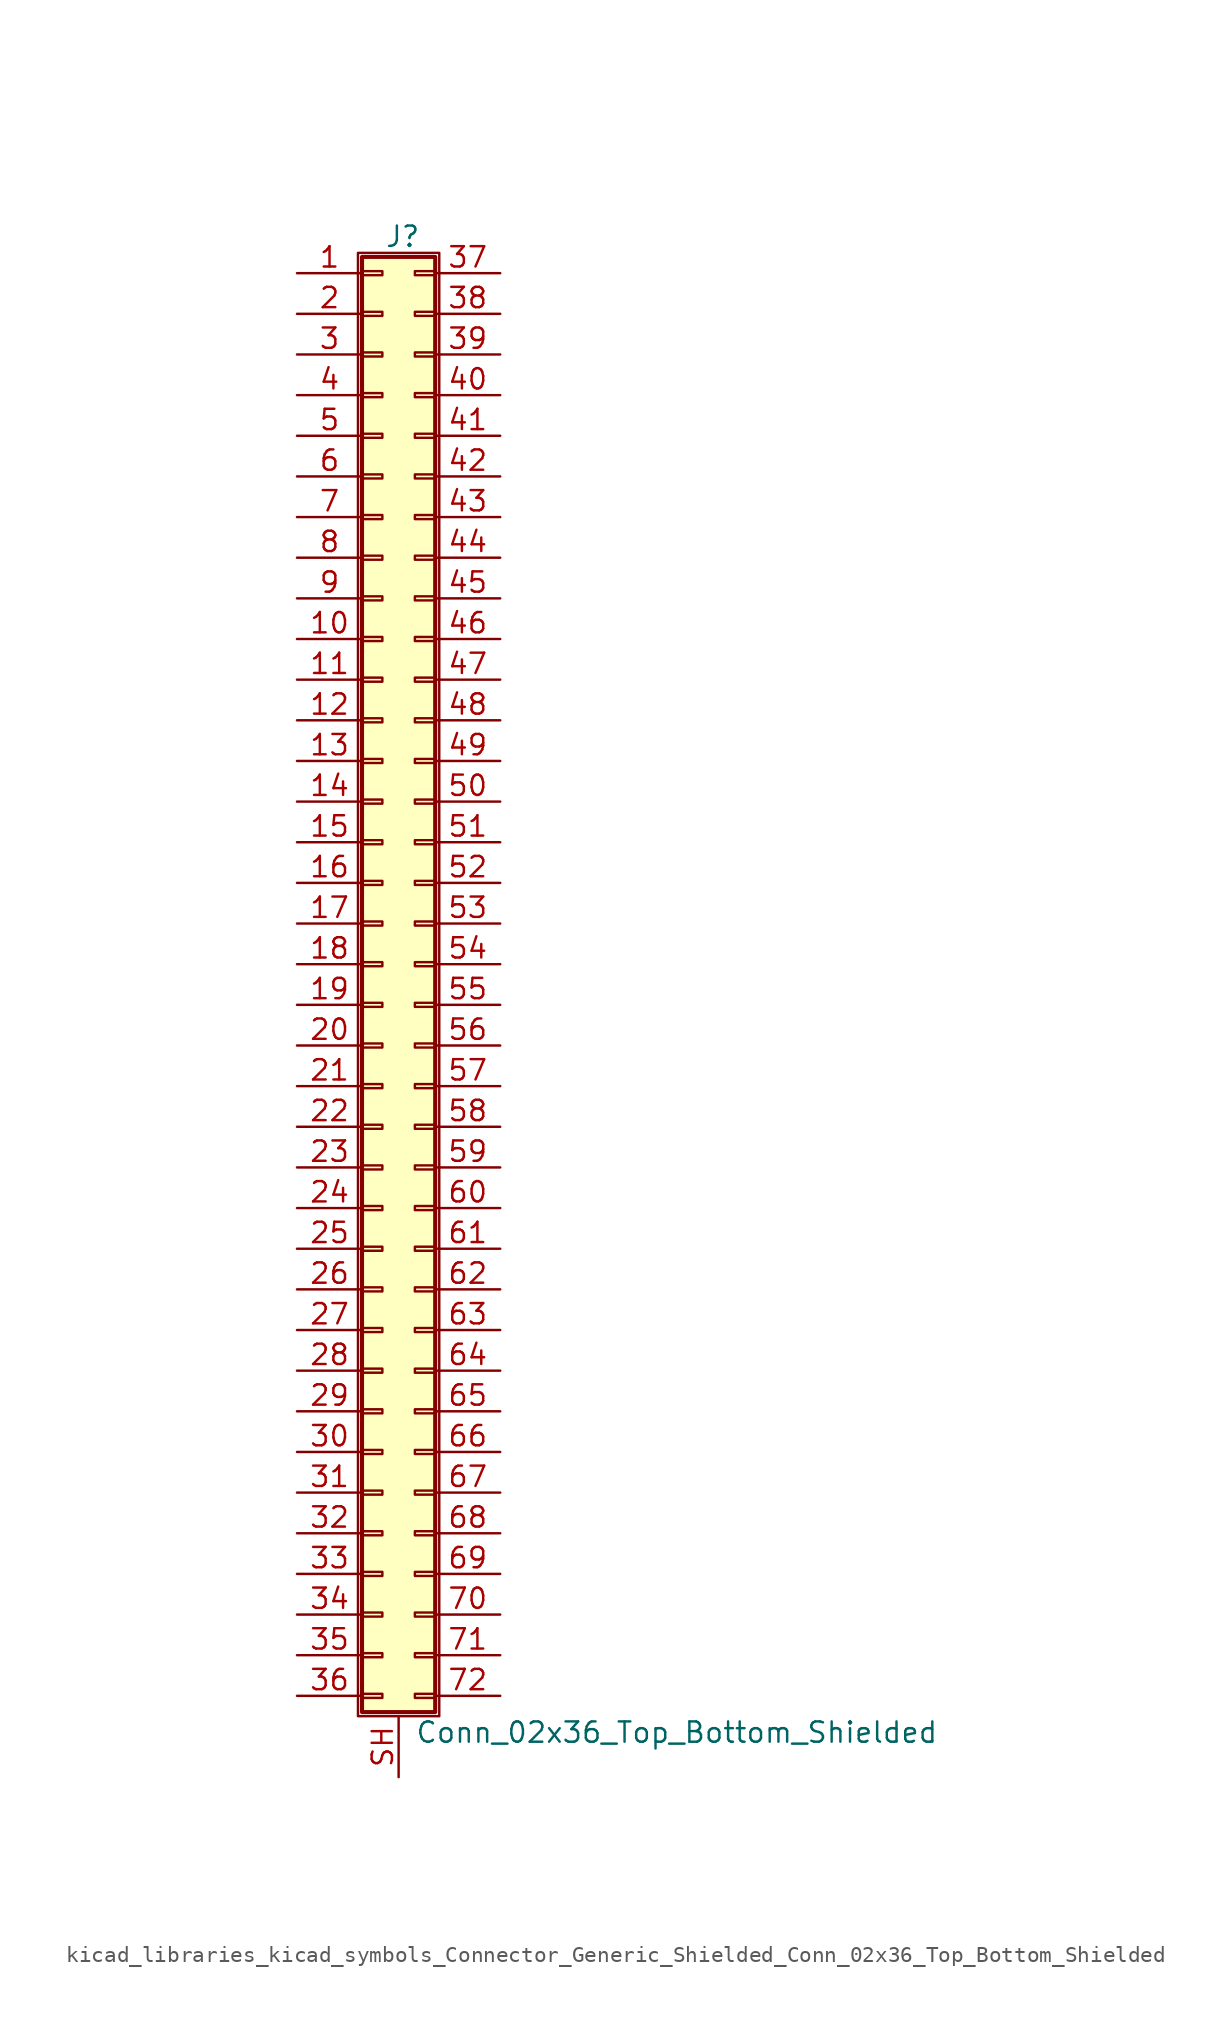
<source format=kicad_sym>
(kicad_symbol_lib
  (version 20220914)
  (generator kicad_symbol_editor)
  (symbol "kicad_libraries_kicad_symbols_Connector_Generic_Shielded_Conn_02x36_Top_Bottom_Shielded"
    (pin_names
      (offset 1.016) hide)
    (property "Reference" "J"
      (at 1.524 45.466 0)
      (effects (font (size 1.27 1.27))))
    (property "Value" "Conn_02x36_Top_Bottom_Shielded"
      (at 2.286 -48.006 0)
      (effects (font (size 1.27 1.27)) (justify left)))
    (symbol "kicad_libraries_kicad_symbols_Connector_Generic_Shielded_Conn_02x36_Top_Bottom_Shielded_1_1"
      (rectangle (start -1.27 44.45) (end 3.81 -46.99) (stroke (width 0.152) (type default)) (fill (type none)))
      (rectangle (start -1.016 -45.593) (end 0.254 -45.847) (stroke (width 0.152) (type default)) (fill (type none)))
      (rectangle (start -1.016 -43.053) (end 0.254 -43.307) (stroke (width 0.152) (type default)) (fill (type none)))
      (rectangle (start -1.016 -40.513) (end 0.254 -40.767) (stroke (width 0.152) (type default)) (fill (type none)))
      (rectangle (start -1.016 -37.973) (end 0.254 -38.227) (stroke (width 0.152) (type default)) (fill (type none)))
      (rectangle (start -1.016 -35.433) (end 0.254 -35.687) (stroke (width 0.152) (type default)) (fill (type none)))
      (rectangle (start -1.016 -32.893) (end 0.254 -33.147) (stroke (width 0.152) (type default)) (fill (type none)))
      (rectangle (start -1.016 -30.353) (end 0.254 -30.607) (stroke (width 0.152) (type default)) (fill (type none)))
      (rectangle (start -1.016 -27.813) (end 0.254 -28.067) (stroke (width 0.152) (type default)) (fill (type none)))
      (rectangle (start -1.016 -25.273) (end 0.254 -25.527) (stroke (width 0.152) (type default)) (fill (type none)))
      (rectangle (start -1.016 -22.733) (end 0.254 -22.987) (stroke (width 0.152) (type default)) (fill (type none)))
      (rectangle (start -1.016 -20.193) (end 0.254 -20.447) (stroke (width 0.152) (type default)) (fill (type none)))
      (rectangle (start -1.016 -17.653) (end 0.254 -17.907) (stroke (width 0.152) (type default)) (fill (type none)))
      (rectangle (start -1.016 -15.113) (end 0.254 -15.367) (stroke (width 0.152) (type default)) (fill (type none)))
      (rectangle (start -1.016 -12.573) (end 0.254 -12.827) (stroke (width 0.152) (type default)) (fill (type none)))
      (rectangle (start -1.016 -10.033) (end 0.254 -10.287) (stroke (width 0.152) (type default)) (fill (type none)))
      (rectangle (start -1.016 -7.493) (end 0.254 -7.747) (stroke (width 0.152) (type default)) (fill (type none)))
      (rectangle (start -1.016 -4.953) (end 0.254 -5.207) (stroke (width 0.152) (type default)) (fill (type none)))
      (rectangle (start -1.016 -2.413) (end 0.254 -2.667) (stroke (width 0.152) (type default)) (fill (type none)))
      (rectangle (start -1.016 0.127) (end 0.254 -0.127) (stroke (width 0.152) (type default)) (fill (type none)))
      (rectangle (start -1.016 2.667) (end 0.254 2.413) (stroke (width 0.152) (type default)) (fill (type none)))
      (rectangle (start -1.016 5.207) (end 0.254 4.953) (stroke (width 0.152) (type default)) (fill (type none)))
      (rectangle (start -1.016 7.747) (end 0.254 7.493) (stroke (width 0.152) (type default)) (fill (type none)))
      (rectangle (start -1.016 10.287) (end 0.254 10.033) (stroke (width 0.152) (type default)) (fill (type none)))
      (rectangle (start -1.016 12.827) (end 0.254 12.573) (stroke (width 0.152) (type default)) (fill (type none)))
      (rectangle (start -1.016 15.367) (end 0.254 15.113) (stroke (width 0.152) (type default)) (fill (type none)))
      (rectangle (start -1.016 17.907) (end 0.254 17.653) (stroke (width 0.152) (type default)) (fill (type none)))
      (rectangle (start -1.016 20.447) (end 0.254 20.193) (stroke (width 0.152) (type default)) (fill (type none)))
      (rectangle (start -1.016 22.987) (end 0.254 22.733) (stroke (width 0.152) (type default)) (fill (type none)))
      (rectangle (start -1.016 25.527) (end 0.254 25.273) (stroke (width 0.152) (type default)) (fill (type none)))
      (rectangle (start -1.016 28.067) (end 0.254 27.813) (stroke (width 0.152) (type default)) (fill (type none)))
      (rectangle (start -1.016 30.607) (end 0.254 30.353) (stroke (width 0.152) (type default)) (fill (type none)))
      (rectangle (start -1.016 33.147) (end 0.254 32.893) (stroke (width 0.152) (type default)) (fill (type none)))
      (rectangle (start -1.016 35.687) (end 0.254 35.433) (stroke (width 0.152) (type default)) (fill (type none)))
      (rectangle (start -1.016 38.227) (end 0.254 37.973) (stroke (width 0.152) (type default)) (fill (type none)))
      (rectangle (start -1.016 40.767) (end 0.254 40.513) (stroke (width 0.152) (type default)) (fill (type none)))
      (rectangle (start -1.016 43.307) (end 0.254 43.053) (stroke (width 0.152) (type default)) (fill (type none)))
      (rectangle (start -1.016 44.196) (end 3.556 -46.736) (stroke (width 0.254) (type default)) (fill (type background)))
      (rectangle (start 3.556 -45.593) (end 2.286 -45.847) (stroke (width 0.152) (type default)) (fill (type none)))
      (rectangle (start 3.556 -43.053) (end 2.286 -43.307) (stroke (width 0.152) (type default)) (fill (type none)))
      (rectangle (start 3.556 -40.513) (end 2.286 -40.767) (stroke (width 0.152) (type default)) (fill (type none)))
      (rectangle (start 3.556 -37.973) (end 2.286 -38.227) (stroke (width 0.152) (type default)) (fill (type none)))
      (rectangle (start 3.556 -35.433) (end 2.286 -35.687) (stroke (width 0.152) (type default)) (fill (type none)))
      (rectangle (start 3.556 -32.893) (end 2.286 -33.147) (stroke (width 0.152) (type default)) (fill (type none)))
      (rectangle (start 3.556 -30.353) (end 2.286 -30.607) (stroke (width 0.152) (type default)) (fill (type none)))
      (rectangle (start 3.556 -27.813) (end 2.286 -28.067) (stroke (width 0.152) (type default)) (fill (type none)))
      (rectangle (start 3.556 -25.273) (end 2.286 -25.527) (stroke (width 0.152) (type default)) (fill (type none)))
      (rectangle (start 3.556 -22.733) (end 2.286 -22.987) (stroke (width 0.152) (type default)) (fill (type none)))
      (rectangle (start 3.556 -20.193) (end 2.286 -20.447) (stroke (width 0.152) (type default)) (fill (type none)))
      (rectangle (start 3.556 -17.653) (end 2.286 -17.907) (stroke (width 0.152) (type default)) (fill (type none)))
      (rectangle (start 3.556 -15.113) (end 2.286 -15.367) (stroke (width 0.152) (type default)) (fill (type none)))
      (rectangle (start 3.556 -12.573) (end 2.286 -12.827) (stroke (width 0.152) (type default)) (fill (type none)))
      (rectangle (start 3.556 -10.033) (end 2.286 -10.287) (stroke (width 0.152) (type default)) (fill (type none)))
      (rectangle (start 3.556 -7.493) (end 2.286 -7.747) (stroke (width 0.152) (type default)) (fill (type none)))
      (rectangle (start 3.556 -4.953) (end 2.286 -5.207) (stroke (width 0.152) (type default)) (fill (type none)))
      (rectangle (start 3.556 -2.413) (end 2.286 -2.667) (stroke (width 0.152) (type default)) (fill (type none)))
      (rectangle (start 3.556 0.127) (end 2.286 -0.127) (stroke (width 0.152) (type default)) (fill (type none)))
      (rectangle (start 3.556 2.667) (end 2.286 2.413) (stroke (width 0.152) (type default)) (fill (type none)))
      (rectangle (start 3.556 5.207) (end 2.286 4.953) (stroke (width 0.152) (type default)) (fill (type none)))
      (rectangle (start 3.556 7.747) (end 2.286 7.493) (stroke (width 0.152) (type default)) (fill (type none)))
      (rectangle (start 3.556 10.287) (end 2.286 10.033) (stroke (width 0.152) (type default)) (fill (type none)))
      (rectangle (start 3.556 12.827) (end 2.286 12.573) (stroke (width 0.152) (type default)) (fill (type none)))
      (rectangle (start 3.556 15.367) (end 2.286 15.113) (stroke (width 0.152) (type default)) (fill (type none)))
      (rectangle (start 3.556 17.907) (end 2.286 17.653) (stroke (width 0.152) (type default)) (fill (type none)))
      (rectangle (start 3.556 20.447) (end 2.286 20.193) (stroke (width 0.152) (type default)) (fill (type none)))
      (rectangle (start 3.556 22.987) (end 2.286 22.733) (stroke (width 0.152) (type default)) (fill (type none)))
      (rectangle (start 3.556 25.527) (end 2.286 25.273) (stroke (width 0.152) (type default)) (fill (type none)))
      (rectangle (start 3.556 28.067) (end 2.286 27.813) (stroke (width 0.152) (type default)) (fill (type none)))
      (rectangle (start 3.556 30.607) (end 2.286 30.353) (stroke (width 0.152) (type default)) (fill (type none)))
      (rectangle (start 3.556 33.147) (end 2.286 32.893) (stroke (width 0.152) (type default)) (fill (type none)))
      (rectangle (start 3.556 35.687) (end 2.286 35.433) (stroke (width 0.152) (type default)) (fill (type none)))
      (rectangle (start 3.556 38.227) (end 2.286 37.973) (stroke (width 0.152) (type default)) (fill (type none)))
      (rectangle (start 3.556 40.767) (end 2.286 40.513) (stroke (width 0.152) (type default)) (fill (type none)))
      (rectangle (start 3.556 43.307) (end 2.286 43.053) (stroke (width 0.152) (type default)) (fill (type none)))
      (pin passive line (at -5.08 43.18 0) (length 4.064) (name "Pin_1" (effects (font (size 1.27 1.27)))) (number "1" (effects (font (size 1.27 1.27)))))
      (pin passive line (at -5.08 20.32 0) (length 4.064) (name "Pin_10" (effects (font (size 1.27 1.27)))) (number "10" (effects (font (size 1.27 1.27)))))
      (pin passive line (at -5.08 17.78 0) (length 4.064) (name "Pin_11" (effects (font (size 1.27 1.27)))) (number "11" (effects (font (size 1.27 1.27)))))
      (pin passive line (at -5.08 15.24 0) (length 4.064) (name "Pin_12" (effects (font (size 1.27 1.27)))) (number "12" (effects (font (size 1.27 1.27)))))
      (pin passive line (at -5.08 12.7 0) (length 4.064) (name "Pin_13" (effects (font (size 1.27 1.27)))) (number "13" (effects (font (size 1.27 1.27)))))
      (pin passive line (at -5.08 10.16 0) (length 4.064) (name "Pin_14" (effects (font (size 1.27 1.27)))) (number "14" (effects (font (size 1.27 1.27)))))
      (pin passive line (at -5.08 7.62 0) (length 4.064) (name "Pin_15" (effects (font (size 1.27 1.27)))) (number "15" (effects (font (size 1.27 1.27)))))
      (pin passive line (at -5.08 5.08 0) (length 4.064) (name "Pin_16" (effects (font (size 1.27 1.27)))) (number "16" (effects (font (size 1.27 1.27)))))
      (pin passive line (at -5.08 2.54 0) (length 4.064) (name "Pin_17" (effects (font (size 1.27 1.27)))) (number "17" (effects (font (size 1.27 1.27)))))
      (pin passive line (at -5.08 0 0) (length 4.064) (name "Pin_18" (effects (font (size 1.27 1.27)))) (number "18" (effects (font (size 1.27 1.27)))))
      (pin passive line (at -5.08 -2.54 0) (length 4.064) (name "Pin_19" (effects (font (size 1.27 1.27)))) (number "19" (effects (font (size 1.27 1.27)))))
      (pin passive line (at -5.08 40.64 0) (length 4.064) (name "Pin_2" (effects (font (size 1.27 1.27)))) (number "2" (effects (font (size 1.27 1.27)))))
      (pin passive line (at -5.08 -5.08 0) (length 4.064) (name "Pin_20" (effects (font (size 1.27 1.27)))) (number "20" (effects (font (size 1.27 1.27)))))
      (pin passive line (at -5.08 -7.62 0) (length 4.064) (name "Pin_21" (effects (font (size 1.27 1.27)))) (number "21" (effects (font (size 1.27 1.27)))))
      (pin passive line (at -5.08 -10.16 0) (length 4.064) (name "Pin_22" (effects (font (size 1.27 1.27)))) (number "22" (effects (font (size 1.27 1.27)))))
      (pin passive line (at -5.08 -12.7 0) (length 4.064) (name "Pin_23" (effects (font (size 1.27 1.27)))) (number "23" (effects (font (size 1.27 1.27)))))
      (pin passive line (at -5.08 -15.24 0) (length 4.064) (name "Pin_24" (effects (font (size 1.27 1.27)))) (number "24" (effects (font (size 1.27 1.27)))))
      (pin passive line (at -5.08 -17.78 0) (length 4.064) (name "Pin_25" (effects (font (size 1.27 1.27)))) (number "25" (effects (font (size 1.27 1.27)))))
      (pin passive line (at -5.08 -20.32 0) (length 4.064) (name "Pin_26" (effects (font (size 1.27 1.27)))) (number "26" (effects (font (size 1.27 1.27)))))
      (pin passive line (at -5.08 -22.86 0) (length 4.064) (name "Pin_27" (effects (font (size 1.27 1.27)))) (number "27" (effects (font (size 1.27 1.27)))))
      (pin passive line (at -5.08 -25.4 0) (length 4.064) (name "Pin_28" (effects (font (size 1.27 1.27)))) (number "28" (effects (font (size 1.27 1.27)))))
      (pin passive line (at -5.08 -27.94 0) (length 4.064) (name "Pin_29" (effects (font (size 1.27 1.27)))) (number "29" (effects (font (size 1.27 1.27)))))
      (pin passive line (at -5.08 38.1 0) (length 4.064) (name "Pin_3" (effects (font (size 1.27 1.27)))) (number "3" (effects (font (size 1.27 1.27)))))
      (pin passive line (at -5.08 -30.48 0) (length 4.064) (name "Pin_30" (effects (font (size 1.27 1.27)))) (number "30" (effects (font (size 1.27 1.27)))))
      (pin passive line (at -5.08 -33.02 0) (length 4.064) (name "Pin_31" (effects (font (size 1.27 1.27)))) (number "31" (effects (font (size 1.27 1.27)))))
      (pin passive line (at -5.08 -35.56 0) (length 4.064) (name "Pin_32" (effects (font (size 1.27 1.27)))) (number "32" (effects (font (size 1.27 1.27)))))
      (pin passive line (at -5.08 -38.1 0) (length 4.064) (name "Pin_33" (effects (font (size 1.27 1.27)))) (number "33" (effects (font (size 1.27 1.27)))))
      (pin passive line (at -5.08 -40.64 0) (length 4.064) (name "Pin_34" (effects (font (size 1.27 1.27)))) (number "34" (effects (font (size 1.27 1.27)))))
      (pin passive line (at -5.08 -43.18 0) (length 4.064) (name "Pin_35" (effects (font (size 1.27 1.27)))) (number "35" (effects (font (size 1.27 1.27)))))
      (pin passive line (at -5.08 -45.72 0) (length 4.064) (name "Pin_36" (effects (font (size 1.27 1.27)))) (number "36" (effects (font (size 1.27 1.27)))))
      (pin passive line (at 7.62 43.18 180) (length 4.064) (name "Pin_37" (effects (font (size 1.27 1.27)))) (number "37" (effects (font (size 1.27 1.27)))))
      (pin passive line (at 7.62 40.64 180) (length 4.064) (name "Pin_38" (effects (font (size 1.27 1.27)))) (number "38" (effects (font (size 1.27 1.27)))))
      (pin passive line (at 7.62 38.1 180) (length 4.064) (name "Pin_39" (effects (font (size 1.27 1.27)))) (number "39" (effects (font (size 1.27 1.27)))))
      (pin passive line (at -5.08 35.56 0) (length 4.064) (name "Pin_4" (effects (font (size 1.27 1.27)))) (number "4" (effects (font (size 1.27 1.27)))))
      (pin passive line (at 7.62 35.56 180) (length 4.064) (name "Pin_40" (effects (font (size 1.27 1.27)))) (number "40" (effects (font (size 1.27 1.27)))))
      (pin passive line (at 7.62 33.02 180) (length 4.064) (name "Pin_41" (effects (font (size 1.27 1.27)))) (number "41" (effects (font (size 1.27 1.27)))))
      (pin passive line (at 7.62 30.48 180) (length 4.064) (name "Pin_42" (effects (font (size 1.27 1.27)))) (number "42" (effects (font (size 1.27 1.27)))))
      (pin passive line (at 7.62 27.94 180) (length 4.064) (name "Pin_43" (effects (font (size 1.27 1.27)))) (number "43" (effects (font (size 1.27 1.27)))))
      (pin passive line (at 7.62 25.4 180) (length 4.064) (name "Pin_44" (effects (font (size 1.27 1.27)))) (number "44" (effects (font (size 1.27 1.27)))))
      (pin passive line (at 7.62 22.86 180) (length 4.064) (name "Pin_45" (effects (font (size 1.27 1.27)))) (number "45" (effects (font (size 1.27 1.27)))))
      (pin passive line (at 7.62 20.32 180) (length 4.064) (name "Pin_46" (effects (font (size 1.27 1.27)))) (number "46" (effects (font (size 1.27 1.27)))))
      (pin passive line (at 7.62 17.78 180) (length 4.064) (name "Pin_47" (effects (font (size 1.27 1.27)))) (number "47" (effects (font (size 1.27 1.27)))))
      (pin passive line (at 7.62 15.24 180) (length 4.064) (name "Pin_48" (effects (font (size 1.27 1.27)))) (number "48" (effects (font (size 1.27 1.27)))))
      (pin passive line (at 7.62 12.7 180) (length 4.064) (name "Pin_49" (effects (font (size 1.27 1.27)))) (number "49" (effects (font (size 1.27 1.27)))))
      (pin passive line (at -5.08 33.02 0) (length 4.064) (name "Pin_5" (effects (font (size 1.27 1.27)))) (number "5" (effects (font (size 1.27 1.27)))))
      (pin passive line (at 7.62 10.16 180) (length 4.064) (name "Pin_50" (effects (font (size 1.27 1.27)))) (number "50" (effects (font (size 1.27 1.27)))))
      (pin passive line (at 7.62 7.62 180) (length 4.064) (name "Pin_51" (effects (font (size 1.27 1.27)))) (number "51" (effects (font (size 1.27 1.27)))))
      (pin passive line (at 7.62 5.08 180) (length 4.064) (name "Pin_52" (effects (font (size 1.27 1.27)))) (number "52" (effects (font (size 1.27 1.27)))))
      (pin passive line (at 7.62 2.54 180) (length 4.064) (name "Pin_53" (effects (font (size 1.27 1.27)))) (number "53" (effects (font (size 1.27 1.27)))))
      (pin passive line (at 7.62 0 180) (length 4.064) (name "Pin_54" (effects (font (size 1.27 1.27)))) (number "54" (effects (font (size 1.27 1.27)))))
      (pin passive line (at 7.62 -2.54 180) (length 4.064) (name "Pin_55" (effects (font (size 1.27 1.27)))) (number "55" (effects (font (size 1.27 1.27)))))
      (pin passive line (at 7.62 -5.08 180) (length 4.064) (name "Pin_56" (effects (font (size 1.27 1.27)))) (number "56" (effects (font (size 1.27 1.27)))))
      (pin passive line (at 7.62 -7.62 180) (length 4.064) (name "Pin_57" (effects (font (size 1.27 1.27)))) (number "57" (effects (font (size 1.27 1.27)))))
      (pin passive line (at 7.62 -10.16 180) (length 4.064) (name "Pin_58" (effects (font (size 1.27 1.27)))) (number "58" (effects (font (size 1.27 1.27)))))
      (pin passive line (at 7.62 -12.7 180) (length 4.064) (name "Pin_59" (effects (font (size 1.27 1.27)))) (number "59" (effects (font (size 1.27 1.27)))))
      (pin passive line (at -5.08 30.48 0) (length 4.064) (name "Pin_6" (effects (font (size 1.27 1.27)))) (number "6" (effects (font (size 1.27 1.27)))))
      (pin passive line (at 7.62 -15.24 180) (length 4.064) (name "Pin_60" (effects (font (size 1.27 1.27)))) (number "60" (effects (font (size 1.27 1.27)))))
      (pin passive line (at 7.62 -17.78 180) (length 4.064) (name "Pin_61" (effects (font (size 1.27 1.27)))) (number "61" (effects (font (size 1.27 1.27)))))
      (pin passive line (at 7.62 -20.32 180) (length 4.064) (name "Pin_62" (effects (font (size 1.27 1.27)))) (number "62" (effects (font (size 1.27 1.27)))))
      (pin passive line (at 7.62 -22.86 180) (length 4.064) (name "Pin_63" (effects (font (size 1.27 1.27)))) (number "63" (effects (font (size 1.27 1.27)))))
      (pin passive line (at 7.62 -25.4 180) (length 4.064) (name "Pin_64" (effects (font (size 1.27 1.27)))) (number "64" (effects (font (size 1.27 1.27)))))
      (pin passive line (at 7.62 -27.94 180) (length 4.064) (name "Pin_65" (effects (font (size 1.27 1.27)))) (number "65" (effects (font (size 1.27 1.27)))))
      (pin passive line (at 7.62 -30.48 180) (length 4.064) (name "Pin_66" (effects (font (size 1.27 1.27)))) (number "66" (effects (font (size 1.27 1.27)))))
      (pin passive line (at 7.62 -33.02 180) (length 4.064) (name "Pin_67" (effects (font (size 1.27 1.27)))) (number "67" (effects (font (size 1.27 1.27)))))
      (pin passive line (at 7.62 -35.56 180) (length 4.064) (name "Pin_68" (effects (font (size 1.27 1.27)))) (number "68" (effects (font (size 1.27 1.27)))))
      (pin passive line (at 7.62 -38.1 180) (length 4.064) (name "Pin_69" (effects (font (size 1.27 1.27)))) (number "69" (effects (font (size 1.27 1.27)))))
      (pin passive line (at -5.08 27.94 0) (length 4.064) (name "Pin_7" (effects (font (size 1.27 1.27)))) (number "7" (effects (font (size 1.27 1.27)))))
      (pin passive line (at 7.62 -40.64 180) (length 4.064) (name "Pin_70" (effects (font (size 1.27 1.27)))) (number "70" (effects (font (size 1.27 1.27)))))
      (pin passive line (at 7.62 -43.18 180) (length 4.064) (name "Pin_71" (effects (font (size 1.27 1.27)))) (number "71" (effects (font (size 1.27 1.27)))))
      (pin passive line (at 7.62 -45.72 180) (length 4.064) (name "Pin_72" (effects (font (size 1.27 1.27)))) (number "72" (effects (font (size 1.27 1.27)))))
      (pin passive line (at -5.08 25.4 0) (length 4.064) (name "Pin_8" (effects (font (size 1.27 1.27)))) (number "8" (effects (font (size 1.27 1.27)))))
      (pin passive line (at -5.08 22.86 0) (length 4.064) (name "Pin_9" (effects (font (size 1.27 1.27)))) (number "9" (effects (font (size 1.27 1.27)))))
      (pin passive line (at 1.27 -50.8 90) (length 3.81) (name "Shield" (effects (font (size 1.27 1.27)))) (number "SH" (effects (font (size 1.27 1.27))))))))
</source>
